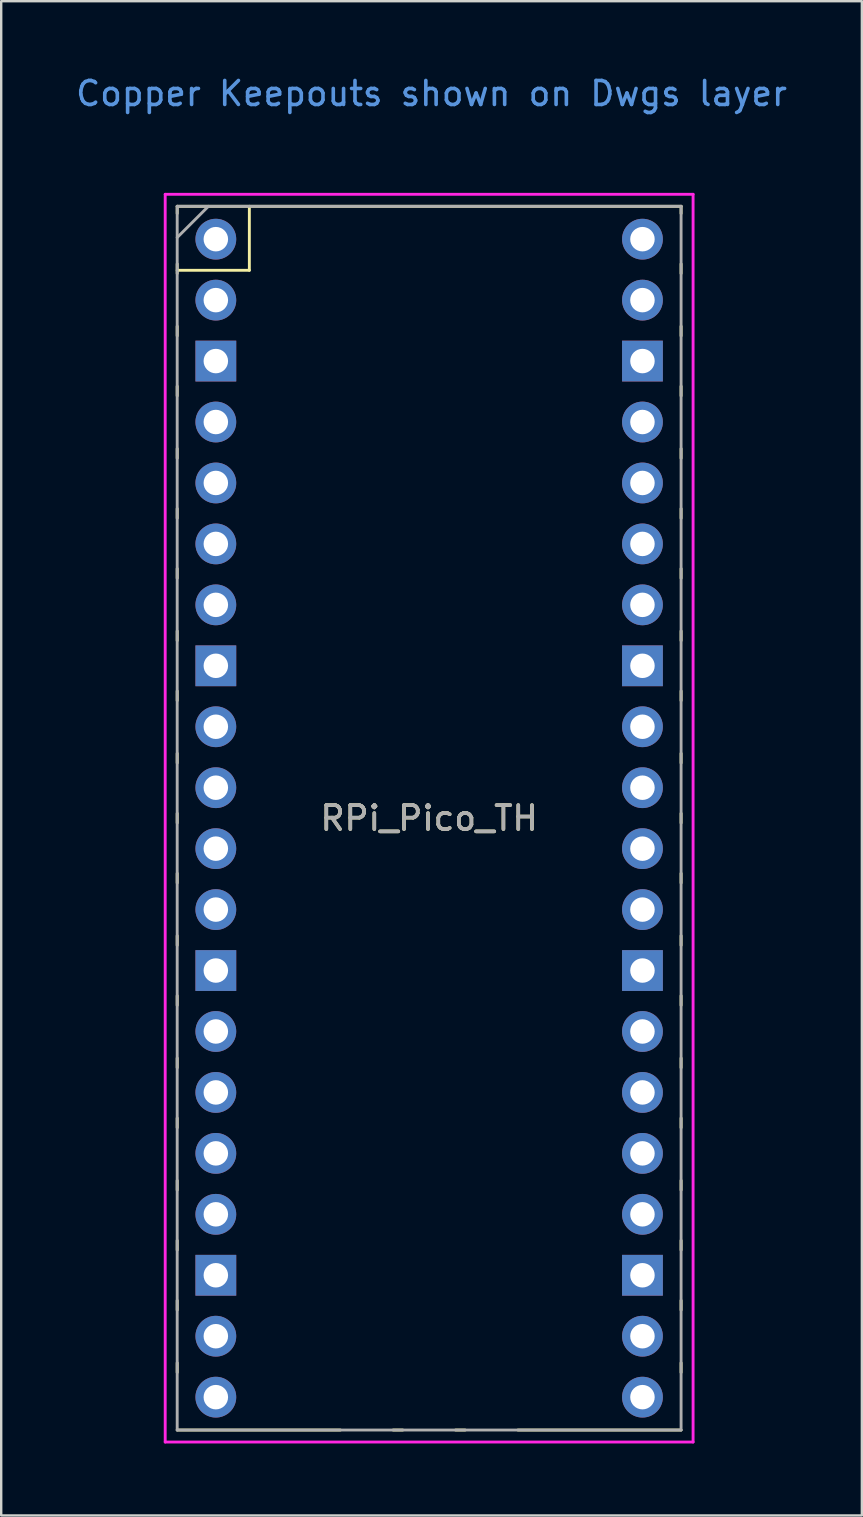
<source format=kicad_pcb>
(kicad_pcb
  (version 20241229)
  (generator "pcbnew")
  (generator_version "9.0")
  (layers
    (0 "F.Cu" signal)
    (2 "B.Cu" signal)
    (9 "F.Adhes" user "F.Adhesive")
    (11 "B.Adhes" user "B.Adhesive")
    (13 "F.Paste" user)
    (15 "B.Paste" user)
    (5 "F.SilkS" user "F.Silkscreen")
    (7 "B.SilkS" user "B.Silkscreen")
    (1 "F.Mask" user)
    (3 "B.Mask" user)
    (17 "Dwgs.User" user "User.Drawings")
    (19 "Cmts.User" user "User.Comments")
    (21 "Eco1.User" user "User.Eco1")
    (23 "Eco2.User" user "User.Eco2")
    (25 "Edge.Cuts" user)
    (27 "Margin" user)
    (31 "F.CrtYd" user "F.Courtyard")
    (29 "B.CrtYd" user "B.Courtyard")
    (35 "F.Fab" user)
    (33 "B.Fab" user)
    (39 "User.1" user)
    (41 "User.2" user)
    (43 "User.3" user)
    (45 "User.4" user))
  (footprint "RPi_Pico_TH"
    (layer "F.Cu")
    (at 14.835 31.048)
    (property "Reference" "RPi_Pico_TH" (at 0 0 0) (layer "F.SilkS") (effects (font (size 1 1) (thickness 0.15))))
    (attr through_hole)
    (fp_line (start -10.5 -25.5) (end -10.5 -25.2) (stroke (width 0.12) (type solid)) (layer "F.SilkS"))
    (fp_line (start -10.5 -25.5) (end 10.5 -25.5) (stroke (width 0.12) (type solid)) (layer "F.SilkS"))
    (fp_line (start -10.5 -23.1) (end -10.5 -22.7) (stroke (width 0.12) (type solid)) (layer "F.SilkS"))
    (fp_line (start -10.5 -22.833) (end -7.493 -22.833) (stroke (width 0.12) (type solid)) (layer "F.SilkS"))
    (fp_line (start -10.5 -20.5) (end -10.5 -20.1) (stroke (width 0.12) (type solid)) (layer "F.SilkS"))
    (fp_line (start -10.5 -18) (end -10.5 -17.6) (stroke (width 0.12) (type solid)) (layer "F.SilkS"))
    (fp_line (start -10.5 -15.4) (end -10.5 -15) (stroke (width 0.12) (type solid)) (layer "F.SilkS"))
    (fp_line (start -10.5 -12.9) (end -10.5 -12.5) (stroke (width 0.12) (type solid)) (layer "F.SilkS"))
    (fp_line (start -10.5 -10.4) (end -10.5 -10) (stroke (width 0.12) (type solid)) (layer "F.SilkS"))
    (fp_line (start -10.5 -7.8) (end -10.5 -7.4) (stroke (width 0.12) (type solid)) (layer "F.SilkS"))
    (fp_line (start -10.5 -5.3) (end -10.5 -4.9) (stroke (width 0.12) (type solid)) (layer "F.SilkS"))
    (fp_line (start -10.5 -2.7) (end -10.5 -2.3) (stroke (width 0.12) (type solid)) (layer "F.SilkS"))
    (fp_line (start -10.5 -0.2) (end -10.5 0.2) (stroke (width 0.12) (type solid)) (layer "F.SilkS"))
    (fp_line (start -10.5 2.3) (end -10.5 2.7) (stroke (width 0.12) (type solid)) (layer "F.SilkS"))
    (fp_line (start -10.5 4.9) (end -10.5 5.3) (stroke (width 0.12) (type solid)) (layer "F.SilkS"))
    (fp_line (start -10.5 7.4) (end -10.5 7.8) (stroke (width 0.12) (type solid)) (layer "F.SilkS"))
    (fp_line (start -10.5 10) (end -10.5 10.4) (stroke (width 0.12) (type solid)) (layer "F.SilkS"))
    (fp_line (start -10.5 12.5) (end -10.5 12.9) (stroke (width 0.12) (type solid)) (layer "F.SilkS"))
    (fp_line (start -10.5 15.1) (end -10.5 15.5) (stroke (width 0.12) (type solid)) (layer "F.SilkS"))
    (fp_line (start -10.5 17.6) (end -10.5 18) (stroke (width 0.12) (type solid)) (layer "F.SilkS"))
    (fp_line (start -10.5 20.1) (end -10.5 20.5) (stroke (width 0.12) (type solid)) (layer "F.SilkS"))
    (fp_line (start -10.5 22.7) (end -10.5 23.1) (stroke (width 0.12) (type solid)) (layer "F.SilkS"))
    (fp_line (start -7.493 -22.833) (end -7.493 -25.5) (stroke (width 0.12) (type solid)) (layer "F.SilkS"))
    (fp_line (start -3.7 25.5) (end -10.5 25.5) (stroke (width 0.12) (type solid)) (layer "F.SilkS"))
    (fp_line (start -1.5 25.5) (end -1.1 25.5) (stroke (width 0.12) (type solid)) (layer "F.SilkS"))
    (fp_line (start 1.1 25.5) (end 1.5 25.5) (stroke (width 0.12) (type solid)) (layer "F.SilkS"))
    (fp_line (start 10.5 -25.5) (end 10.5 -25.2) (stroke (width 0.12) (type solid)) (layer "F.SilkS"))
    (fp_line (start 10.5 -23.1) (end 10.5 -22.7) (stroke (width 0.12) (type solid)) (layer "F.SilkS"))
    (fp_line (start 10.5 -20.5) (end 10.5 -20.1) (stroke (width 0.12) (type solid)) (layer "F.SilkS"))
    (fp_line (start 10.5 -18) (end 10.5 -17.6) (stroke (width 0.12) (type solid)) (layer "F.SilkS"))
    (fp_line (start 10.5 -15.4) (end 10.5 -15) (stroke (width 0.12) (type solid)) (layer "F.SilkS"))
    (fp_line (start 10.5 -12.9) (end 10.5 -12.5) (stroke (width 0.12) (type solid)) (layer "F.SilkS"))
    (fp_line (start 10.5 -10.4) (end 10.5 -10) (stroke (width 0.12) (type solid)) (layer "F.SilkS"))
    (fp_line (start 10.5 -7.8) (end 10.5 -7.4) (stroke (width 0.12) (type solid)) (layer "F.SilkS"))
    (fp_line (start 10.5 -5.3) (end 10.5 -4.9) (stroke (width 0.12) (type solid)) (layer "F.SilkS"))
    (fp_line (start 10.5 -2.7) (end 10.5 -2.3) (stroke (width 0.12) (type solid)) (layer "F.SilkS"))
    (fp_line (start 10.5 -0.2) (end 10.5 0.2) (stroke (width 0.12) (type solid)) (layer "F.SilkS"))
    (fp_line (start 10.5 2.3) (end 10.5 2.7) (stroke (width 0.12) (type solid)) (layer "F.SilkS"))
    (fp_line (start 10.5 4.9) (end 10.5 5.3) (stroke (width 0.12) (type solid)) (layer "F.SilkS"))
    (fp_line (start 10.5 7.4) (end 10.5 7.8) (stroke (width 0.12) (type solid)) (layer "F.SilkS"))
    (fp_line (start 10.5 10) (end 10.5 10.4) (stroke (width 0.12) (type solid)) (layer "F.SilkS"))
    (fp_line (start 10.5 12.5) (end 10.5 12.9) (stroke (width 0.12) (type solid)) (layer "F.SilkS"))
    (fp_line (start 10.5 15.1) (end 10.5 15.5) (stroke (width 0.12) (type solid)) (layer "F.SilkS"))
    (fp_line (start 10.5 17.6) (end 10.5 18) (stroke (width 0.12) (type solid)) (layer "F.SilkS"))
    (fp_line (start 10.5 20.1) (end 10.5 20.5) (stroke (width 0.12) (type solid)) (layer "F.SilkS"))
    (fp_line (start 10.5 22.7) (end 10.5 23.1) (stroke (width 0.12) (type solid)) (layer "F.SilkS"))
    (fp_line (start 10.5 25.5) (end 3.7 25.5) (stroke (width 0.12) (type solid)) (layer "F.SilkS"))
    (fp_line (start -11 -26) (end 11 -26) (stroke (width 0.12) (type solid)) (layer "F.CrtYd"))
    (fp_line (start -11 26) (end -11 -26) (stroke (width 0.12) (type solid)) (layer "F.CrtYd"))
    (fp_line (start 11 -26) (end 11 26) (stroke (width 0.12) (type solid)) (layer "F.CrtYd"))
    (fp_line (start 11 26) (end -11 26) (stroke (width 0.12) (type solid)) (layer "F.CrtYd"))
    (fp_line (start -10.5 -25.5) (end 10.5 -25.5) (stroke (width 0.12) (type solid)) (layer "F.Fab"))
    (fp_line (start -10.5 -24.2) (end -9.2 -25.5) (stroke (width 0.12) (type solid)) (layer "F.Fab"))
    (fp_line (start -10.5 25.5) (end -10.5 -25.5) (stroke (width 0.12) (type solid)) (layer "F.Fab"))
    (fp_line (start 10.5 -25.5) (end 10.5 25.5) (stroke (width 0.12) (type solid)) (layer "F.Fab"))
    (fp_line (start 10.5 25.5) (end -10.5 25.5) (stroke (width 0.12) (type solid)) (layer "F.Fab"))
    (fp_text user "Copper Keepouts shown on Dwgs layer" (at 0.1 -30.2 0) (layer "Cmts.User") (effects (font (size 1 1) (thickness 0.15))))
    (fp_text user "${REFERENCE}" (at 0 0 180) (layer "F.Fab") (effects (font (size 1 1) (thickness 0.15))))
    (pad "1" thru_hole oval (at -8.89 -24.13) (size 1.7 1.7) (drill 1.02) (layers "*.Cu" "*.Mask"))
    (pad "2" thru_hole oval (at -8.89 -21.59) (size 1.7 1.7) (drill 1.02) (layers "*.Cu" "*.Mask"))
    (pad "3" thru_hole rect (at -8.89 -19.05) (size 1.7 1.7) (drill 1.02) (layers "*.Cu" "*.Mask"))
    (pad "4" thru_hole oval (at -8.89 -16.51) (size 1.7 1.7) (drill 1.02) (layers "*.Cu" "*.Mask"))
    (pad "5" thru_hole oval (at -8.89 -13.97) (size 1.7 1.7) (drill 1.02) (layers "*.Cu" "*.Mask"))
    (pad "6" thru_hole oval (at -8.89 -11.43) (size 1.7 1.7) (drill 1.02) (layers "*.Cu" "*.Mask"))
    (pad "7" thru_hole oval (at -8.89 -8.89) (size 1.7 1.7) (drill 1.02) (layers "*.Cu" "*.Mask"))
    (pad "8" thru_hole rect (at -8.89 -6.35) (size 1.7 1.7) (drill 1.02) (layers "*.Cu" "*.Mask"))
    (pad "9" thru_hole oval (at -8.89 -3.81) (size 1.7 1.7) (drill 1.02) (layers "*.Cu" "*.Mask"))
    (pad "10" thru_hole oval (at -8.89 -1.27) (size 1.7 1.7) (drill 1.02) (layers "*.Cu" "*.Mask"))
    (pad "11" thru_hole oval (at -8.89 1.27) (size 1.7 1.7) (drill 1.02) (layers "*.Cu" "*.Mask"))
    (pad "12" thru_hole oval (at -8.89 3.81) (size 1.7 1.7) (drill 1.02) (layers "*.Cu" "*.Mask"))
    (pad "13" thru_hole rect (at -8.89 6.35) (size 1.7 1.7) (drill 1.02) (layers "*.Cu" "*.Mask"))
    (pad "14" thru_hole oval (at -8.89 8.89) (size 1.7 1.7) (drill 1.02) (layers "*.Cu" "*.Mask"))
    (pad "15" thru_hole oval (at -8.89 11.43) (size 1.7 1.7) (drill 1.02) (layers "*.Cu" "*.Mask"))
    (pad "16" thru_hole oval (at -8.89 13.97) (size 1.7 1.7) (drill 1.02) (layers "*.Cu" "*.Mask"))
    (pad "17" thru_hole oval (at -8.89 16.51) (size 1.7 1.7) (drill 1.02) (layers "*.Cu" "*.Mask"))
    (pad "18" thru_hole rect (at -8.89 19.05) (size 1.7 1.7) (drill 1.02) (layers "*.Cu" "*.Mask"))
    (pad "19" thru_hole oval (at -8.89 21.59) (size 1.7 1.7) (drill 1.02) (layers "*.Cu" "*.Mask"))
    (pad "20" thru_hole oval (at -8.89 24.13) (size 1.7 1.7) (drill 1.02) (layers "*.Cu" "*.Mask"))
    (pad "21" thru_hole oval (at 8.89 24.13) (size 1.7 1.7) (drill 1.02) (layers "*.Cu" "*.Mask"))
    (pad "22" thru_hole oval (at 8.89 21.59) (size 1.7 1.7) (drill 1.02) (layers "*.Cu" "*.Mask"))
    (pad "23" thru_hole rect (at 8.89 19.05) (size 1.7 1.7) (drill 1.02) (layers "*.Cu" "*.Mask"))
    (pad "24" thru_hole oval (at 8.89 16.51) (size 1.7 1.7) (drill 1.02) (layers "*.Cu" "*.Mask"))
    (pad "25" thru_hole oval (at 8.89 13.97) (size 1.7 1.7) (drill 1.02) (layers "*.Cu" "*.Mask"))
    (pad "26" thru_hole oval (at 8.89 11.43) (size 1.7 1.7) (drill 1.02) (layers "*.Cu" "*.Mask"))
    (pad "27" thru_hole oval (at 8.89 8.89) (size 1.7 1.7) (drill 1.02) (layers "*.Cu" "*.Mask"))
    (pad "28" thru_hole rect (at 8.89 6.35) (size 1.7 1.7) (drill 1.02) (layers "*.Cu" "*.Mask"))
    (pad "29" thru_hole oval (at 8.89 3.81) (size 1.7 1.7) (drill 1.02) (layers "*.Cu" "*.Mask"))
    (pad "30" thru_hole oval (at 8.89 1.27) (size 1.7 1.7) (drill 1.02) (layers "*.Cu" "*.Mask"))
    (pad "31" thru_hole oval (at 8.89 -1.27) (size 1.7 1.7) (drill 1.02) (layers "*.Cu" "*.Mask"))
    (pad "32" thru_hole oval (at 8.89 -3.81) (size 1.7 1.7) (drill 1.02) (layers "*.Cu" "*.Mask"))
    (pad "33" thru_hole rect (at 8.89 -6.35) (size 1.7 1.7) (drill 1.02) (layers "*.Cu" "*.Mask"))
    (pad "34" thru_hole oval (at 8.89 -8.89) (size 1.7 1.7) (drill 1.02) (layers "*.Cu" "*.Mask"))
    (pad "35" thru_hole oval (at 8.89 -11.43) (size 1.7 1.7) (drill 1.02) (layers "*.Cu" "*.Mask"))
    (pad "36" thru_hole oval (at 8.89 -13.97) (size 1.7 1.7) (drill 1.02) (layers "*.Cu" "*.Mask"))
    (pad "37" thru_hole oval (at 8.89 -16.51) (size 1.7 1.7) (drill 1.02) (layers "*.Cu" "*.Mask"))
    (pad "38" thru_hole rect (at 8.89 -19.05) (size 1.7 1.7) (drill 1.02) (layers "*.Cu" "*.Mask"))
    (pad "39" thru_hole oval (at 8.89 -21.59) (size 1.7 1.7) (drill 1.02) (layers "*.Cu" "*.Mask"))
    (pad "40" thru_hole oval (at 8.89 -24.13) (size 1.7 1.7) (drill 1.02) (layers "*.Cu" "*.Mask")))
  (gr_rect
    (start -3 -3)
    (end 32.869 60.108)
    (stroke (width 0.1) (type default))
    (fill no)
    (layer "Edge.Cuts")))
</source>
